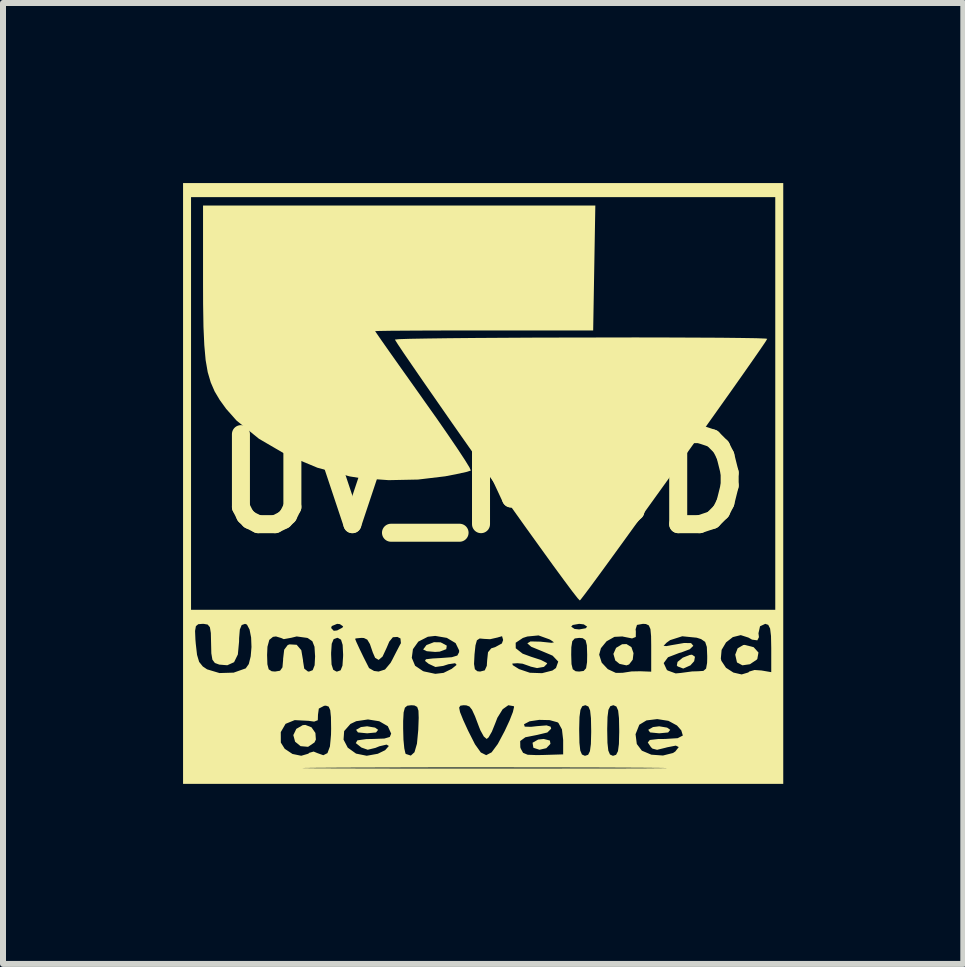
<source format=kicad_pcb>
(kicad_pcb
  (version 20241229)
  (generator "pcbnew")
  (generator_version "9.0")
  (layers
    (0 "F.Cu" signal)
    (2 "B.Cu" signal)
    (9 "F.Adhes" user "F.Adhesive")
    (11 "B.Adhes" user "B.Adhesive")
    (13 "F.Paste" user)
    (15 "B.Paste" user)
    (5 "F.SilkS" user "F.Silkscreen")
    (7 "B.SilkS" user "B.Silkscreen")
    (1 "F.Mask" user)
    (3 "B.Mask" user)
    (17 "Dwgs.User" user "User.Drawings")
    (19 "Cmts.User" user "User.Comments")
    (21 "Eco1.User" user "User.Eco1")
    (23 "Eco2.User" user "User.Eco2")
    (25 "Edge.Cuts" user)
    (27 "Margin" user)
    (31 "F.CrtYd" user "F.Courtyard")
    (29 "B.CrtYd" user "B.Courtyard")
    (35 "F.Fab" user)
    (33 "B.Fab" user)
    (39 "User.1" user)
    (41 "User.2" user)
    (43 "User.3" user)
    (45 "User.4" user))
  (footprint "UV_MOD"
    (layer "F.Cu")
    (at 5 5.005)
    (property "Reference" "UV_MOD" (at 0 0 0) (layer "F.SilkS") (effects (font (size 1.5 1.5) (thickness 0.3))))
    (attr board_only exclude_from_pos_files exclude_from_bom)
    (fp_poly (pts (xy -1.801 4.068) (xy -1.75 4.105) (xy -1.785 4.149) (xy -1.933 4.163) (xy -2.086 4.148) (xy -2.117 4.105) (xy -2.036 4.059) (xy -1.933 4.046)) (stroke (width 0) (type solid)) (fill yes) (layer "F.SilkS"))
    (fp_poly (pts (xy 3.065 4.068) (xy 3.117 4.105) (xy 3.082 4.149) (xy 2.933 4.163) (xy 2.781 4.148) (xy 2.75 4.105) (xy 2.83 4.059) (xy 2.933 4.046)) (stroke (width 0) (type solid)) (fill yes) (layer "F.SilkS"))
    (fp_poly (pts (xy 1.112 4.283) (xy 1.121 4.338) (xy 1.052 4.411) (xy 0.938 4.437) (xy 0.84 4.405) (xy 0.836 4.4) (xy 0.823 4.32) (xy 0.916 4.267) (xy 1.009 4.257)) (stroke (width 0) (type solid)) (fill yes) (layer "F.SilkS"))
    (fp_poly (pts (xy -0.708 2.647) (xy -0.606 2.702) (xy -0.615 2.761) (xy -0.724 2.802) (xy -0.8 2.807) (xy -0.94 2.795) (xy -1 2.766) (xy -1 2.766) (xy -0.944 2.692) (xy -0.82 2.645)) (stroke (width 0) (type solid)) (fill yes) (layer "F.SilkS"))
    (fp_poly (pts (xy 3.529 2.887) (xy 3.516 2.961) (xy 3.453 3.031) (xy 3.334 3.084) (xy 3.242 3.049) (xy 3.227 3.033) (xy 3.239 2.973) (xy 3.325 2.903) (xy 3.44 2.858) (xy 3.479 2.853)) (stroke (width 0) (type solid)) (fill yes) (layer "F.SilkS"))
    (fp_poly (pts (xy -2.86 4.063) (xy -2.795 4.157) (xy -2.787 4.267) (xy -2.81 4.315) (xy -2.917 4.388) (xy -3.042 4.377) (xy -3.133 4.303) (xy -3.163 4.193) (xy -3.113 4.089) (xy -3.006 4.027) (xy -2.962 4.023)) (stroke (width 0) (type solid)) (fill yes) (layer "F.SilkS"))
    (fp_poly (pts (xy 2.47 2.727) (xy 2.505 2.827) (xy 2.492 2.936) (xy 2.432 3.015) (xy 2.388 3.031) (xy 2.272 3.006) (xy 2.202 2.95) (xy 2.17 2.84) (xy 2.215 2.739) (xy 2.315 2.679) (xy 2.388 2.676)) (stroke (width 0) (type solid)) (fill yes) (layer "F.SilkS"))
    (fp_poly (pts (xy 4.507 2.728) (xy 4.587 2.817) (xy 4.568 2.924) (xy 4.559 2.935) (xy 4.445 3.012) (xy 4.32 3.03) (xy 4.232 2.984) (xy 4.228 2.977) (xy 4.2 2.853) (xy 4.24 2.747) (xy 4.333 2.692) (xy 4.359 2.69)) (stroke (width 0) (type solid)) (fill yes) (layer "F.SilkS"))
    (fp_poly (pts (xy 1.851 -3.59) (xy 1.833 -2.549) (xy 0.017 -2.549) (xy -0.46 -2.549) (xy -0.89 -2.548) (xy -1.256 -2.546) (xy -1.541 -2.544) (xy -1.728 -2.541) (xy -1.8 -2.538) (xy -1.8 -2.538) (xy -1.771 -2.495) (xy -1.691 -2.379) (xy -1.566 -2.201) (xy -1.404 -1.972) (xy -1.213 -1.703) (xy -1.001 -1.404) (xy -0.986 -1.382) (xy -0.773 -1.082) (xy -0.584 -0.809) (xy -0.425 -0.575) (xy -0.304 -0.391) (xy -0.228 -0.267) (xy -0.205 -0.215) (xy -0.205 -0.215) (xy -0.283 -0.191) (xy -0.451 -0.154) (xy -0.633 -0.119) (xy -1.085 -0.065) (xy -1.575 -0.055) (xy -2.04 -0.088) (xy -2.221 -0.117) (xy -2.761 -0.262) (xy -3.275 -0.476) (xy -3.735 -0.744) (xy -4.11 -1.049) (xy -4.282 -1.243) (xy -4.389 -1.391) (xy -4.474 -1.534) (xy -4.539 -1.684) (xy -4.589 -1.854) (xy -4.624 -2.056) (xy -4.646 -2.304) (xy -4.66 -2.61) (xy -4.666 -2.987) (xy -4.667 -3.331) (xy -4.667 -4.631) (xy -1.399 -4.631) (xy 1.869 -4.631)) (stroke (width 0) (type solid)) (fill yes) (layer "F.SilkS"))
    (fp_poly (pts (xy 3.058 -2.432) (xy 3.535 -2.43) (xy 3.954 -2.428) (xy 4.299 -2.424) (xy 4.553 -2.42) (xy 4.701 -2.414) (xy 4.733 -2.41) (xy 4.704 -2.361) (xy 4.622 -2.24) (xy 4.493 -2.054) (xy 4.325 -1.814) (xy 4.124 -1.529) (xy 3.896 -1.208) (xy 3.65 -0.862) (xy 3.391 -0.499) (xy 3.126 -0.129) (xy 2.862 0.238) (xy 2.607 0.593) (xy 2.366 0.927) (xy 2.147 1.229) (xy 1.956 1.491) (xy 1.801 1.702) (xy 1.687 1.854) (xy 1.623 1.937) (xy 1.61 1.949) (xy 1.573 1.91) (xy 1.483 1.795) (xy 1.346 1.611) (xy 1.167 1.367) (xy 0.952 1.069) (xy 0.706 0.727) (xy 0.436 0.348) (xy 0.147 -0.061) (xy 0.047 -0.203) (xy -0.247 -0.621) (xy -0.522 -1.013) (xy -0.772 -1.373) (xy -0.993 -1.691) (xy -1.178 -1.96) (xy -1.323 -2.171) (xy -1.421 -2.318) (xy -1.467 -2.391) (xy -1.47 -2.397) (xy -1.405 -2.404) (xy -1.223 -2.41) (xy -0.94 -2.415) (xy -0.572 -2.42) (xy -0.134 -2.424) (xy 0.358 -2.427) (xy 0.887 -2.43) (xy 1.437 -2.431) (xy 1.993 -2.432) (xy 2.539 -2.433)) (stroke (width 0) (type solid)) (fill yes) (layer "F.SilkS"))
    (fp_poly (pts (xy 5 0) (xy 5 5.005) (xy 0 5.005) (xy -5 5.005) (xy -5 4.742) (xy -3.024 4.742) (xy -2.968 4.743) (xy -2.797 4.745) (xy -2.515 4.746) (xy -2.126 4.747) (xy -1.635 4.748) (xy -1.046 4.749) (xy -0.365 4.749) (xy 0.033 4.749) (xy 0.761 4.749) (xy 1.398 4.748) (xy 1.938 4.748) (xy 2.379 4.747) (xy 2.714 4.746) (xy 2.941 4.744) (xy 3.054 4.743) (xy 3.05 4.741) (xy 2.923 4.739) (xy 2.67 4.737) (xy 2.478 4.736) (xy 1.766 4.733) (xy 0.967 4.732) (xy 0.121 4.731) (xy -0.729 4.731) (xy -1.541 4.733) (xy -2.273 4.735) (xy -2.455 4.736) (xy -2.772 4.738) (xy -2.96 4.74) (xy -3.024 4.742) (xy -5 4.742) (xy -5 4.143) (xy -3.372 4.143) (xy -3.371 4.317) (xy -3.306 4.421) (xy -3.177 4.507) (xy -3.031 4.537) (xy -2.914 4.503) (xy -2.898 4.488) (xy -2.824 4.467) (xy -2.764 4.492) (xy -2.663 4.528) (xy -2.594 4.493) (xy -2.553 4.382) (xy -2.542 4.268) (xy -2.326 4.268) (xy -2.256 4.402) (xy -2.118 4.501) (xy -1.94 4.537) (xy -1.756 4.504) (xy -1.633 4.444) (xy -1.571 4.374) (xy -1.609 4.351) (xy -1.729 4.379) (xy -1.795 4.406) (xy -1.923 4.437) (xy -2.028 4.4) (xy -2.122 4.326) (xy -2.095 4.28) (xy -1.945 4.259) (xy -1.833 4.257) (xy -1.645 4.25) (xy -1.556 4.224) (xy -1.533 4.169) (xy -1.533 4.167) (xy -1.57 4.085) (xy -1.333 4.085) (xy -1.328 4.268) (xy -1.314 4.413) (xy -1.295 4.497) (xy -1.288 4.507) (xy -1.205 4.534) (xy -1.144 4.478) (xy -1.103 4.336) (xy -1.081 4.105) (xy -1.081 4.101) (xy -1.074 3.906) (xy -1.078 3.786) (xy -1.095 3.735) (xy -0.4 3.735) (xy -0.385 3.81) (xy -0.332 3.942) (xy -0.251 4.119) (xy -0.136 4.346) (xy -0.039 4.482) (xy 0.051 4.527) (xy 0.141 4.48) (xy 0.243 4.342) (xy 0.27 4.292) (xy 0.617 4.292) (xy 0.619 4.396) (xy 0.628 4.421) (xy 0.665 4.488) (xy 0.741 4.52) (xy 0.893 4.526) (xy 1.001 4.524) (xy 1.333 4.514) (xy 1.333 4.274) (xy 1.315 4.116) (xy 1.6 4.116) (xy 1.604 4.322) (xy 1.618 4.45) (xy 1.646 4.516) (xy 1.693 4.537) (xy 1.7 4.537) (xy 1.749 4.521) (xy 1.779 4.461) (xy 1.795 4.342) (xy 1.8 4.147) (xy 1.8 4.116) (xy 2.067 4.116) (xy 2.071 4.322) (xy 2.085 4.45) (xy 2.113 4.516) (xy 2.159 4.537) (xy 2.167 4.537) (xy 2.215 4.521) (xy 2.246 4.461) (xy 2.262 4.342) (xy 2.266 4.178) (xy 2.539 4.178) (xy 2.56 4.341) (xy 2.644 4.452) (xy 2.802 4.519) (xy 2.996 4.533) (xy 3.163 4.491) (xy 3.201 4.466) (xy 3.259 4.392) (xy 3.21 4.368) (xy 3.066 4.396) (xy 3.037 4.404) (xy 2.898 4.438) (xy 2.821 4.418) (xy 2.796 4.394) (xy 2.743 4.316) (xy 2.777 4.274) (xy 2.916 4.258) (xy 3.033 4.257) (xy 3.241 4.244) (xy 3.327 4.2) (xy 3.301 4.114) (xy 3.23 4.033) (xy 3.087 3.955) (xy 2.9 3.926) (xy 2.721 3.948) (xy 2.602 4.02) (xy 2.539 4.178) (xy 2.266 4.178) (xy 2.267 4.147) (xy 2.267 4.116) (xy 2.263 3.911) (xy 2.249 3.783) (xy 2.22 3.717) (xy 2.174 3.696) (xy 2.167 3.695) (xy 2.118 3.712) (xy 2.087 3.772) (xy 2.072 3.891) (xy 2.067 4.086) (xy 2.067 4.116) (xy 1.8 4.116) (xy 1.796 3.911) (xy 1.782 3.783) (xy 1.754 3.717) (xy 1.707 3.696) (xy 1.7 3.695) (xy 1.651 3.712) (xy 1.621 3.772) (xy 1.605 3.891) (xy 1.6 4.086) (xy 1.6 4.116) (xy 1.315 4.116) (xy 1.313 4.098) (xy 1.254 3.99) (xy 1.238 3.979) (xy 1.107 3.943) (xy 0.934 3.939) (xy 0.774 3.963) (xy 0.684 4.01) (xy 0.681 4.014) (xy 0.693 4.052) (xy 0.797 4.055) (xy 0.893 4.044) (xy 1.056 4.031) (xy 1.124 4.052) (xy 1.133 4.086) (xy 1.07 4.149) (xy 0.899 4.19) (xy 0.703 4.229) (xy 0.617 4.292) (xy 0.27 4.292) (xy 0.358 4.126) (xy 0.44 3.95) (xy 0.495 3.809) (xy 0.515 3.724) (xy 0.511 3.711) (xy 0.419 3.695) (xy 0.325 3.762) (xy 0.237 3.904) (xy 0.202 3.995) (xy 0.145 4.136) (xy 0.09 4.231) (xy 0.059 4.257) (xy 0.011 4.216) (xy -0.046 4.113) (xy -0.068 4.058) (xy -0.136 3.878) (xy -0.186 3.77) (xy -0.229 3.716) (xy -0.281 3.697) (xy -0.328 3.695) (xy -0.38 3.703) (xy -0.4 3.735) (xy -1.095 3.735) (xy -1.1 3.723) (xy -1.144 3.699) (xy -1.197 3.695) (xy -1.264 3.703) (xy -1.304 3.736) (xy -1.325 3.815) (xy -1.333 3.957) (xy -1.333 4.085) (xy -1.57 4.085) (xy -1.589 4.044) (xy -1.731 3.962) (xy -1.919 3.932) (xy -2.115 3.961) (xy -2.211 4.007) (xy -2.316 4.126) (xy -2.326 4.268) (xy -2.542 4.268) (xy -2.535 4.187) (xy -2.533 4.087) (xy -2.536 3.893) (xy -2.548 3.776) (xy -2.574 3.718) (xy -2.62 3.702) (xy -2.65 3.705) (xy -2.738 3.751) (xy -2.752 3.853) (xy -2.755 3.945) (xy -2.816 3.968) (xy -2.908 3.955) (xy -3.14 3.943) (xy -3.292 4.005) (xy -3.372 4.143) (xy -5 4.143) (xy -5 2.457) (xy -4.8 2.457) (xy -4.794 2.601) (xy -4.788 2.672) (xy -4.767 2.856) (xy -4.732 2.973) (xy -4.671 3.049) (xy -4.6 3.097) (xy -4.393 3.159) (xy -4.157 3.152) (xy -3.956 3.081) (xy -3.905 3.009) (xy -3.873 2.881) (xy -3.871 2.858) (xy -3.6 2.858) (xy -3.595 3.013) (xy -3.573 3.097) (xy -3.523 3.129) (xy -3.467 3.134) (xy -3.384 3.12) (xy -3.344 3.064) (xy -3.333 2.94) (xy -3.333 2.922) (xy -3.315 2.77) (xy -3.257 2.693) (xy -3.227 2.681) (xy -3.107 2.688) (xy -3.03 2.778) (xy -3.001 2.947) (xy -3.001 2.959) (xy -2.981 3.085) (xy -2.919 3.133) (xy -2.9 3.134) (xy -2.84 3.111) (xy -2.808 3.029) (xy -2.8 2.878) (xy -2.802 2.853) (xy -2.533 2.853) (xy -2.526 3.016) (xy -2.498 3.104) (xy -2.445 3.134) (xy -2.433 3.134) (xy -2.375 3.113) (xy -2.344 3.036) (xy -2.334 2.887) (xy -2.333 2.853) (xy -2.341 2.69) (xy -2.368 2.603) (xy -2.391 2.59) (xy -2.133 2.59) (xy -2.113 2.64) (xy -2.062 2.751) (xy -1.992 2.896) (xy -1.916 3.046) (xy -1.901 3.076) (xy -1.818 3.124) (xy -1.742 3.134) (xy -1.635 3.1) (xy -1.543 2.99) (xy -1.513 2.935) (xy -1.498 2.905) (xy -1.189 2.905) (xy -1.134 3.037) (xy -1.001 3.127) (xy -0.981 3.133) (xy -0.797 3.172) (xy -0.66 3.156) (xy -0.524 3.089) (xy -0.442 3.023) (xy -0.455 3.008) (xy -0.152 3.008) (xy -0.138 3.095) (xy -0.096 3.129) (xy -0.05 3.134) (xy 0.027 3.114) (xy 0.061 3.038) (xy 0.063 3.001) (xy 0.485 3.001) (xy 0.494 3.028) (xy 0.598 3.093) (xy 0.778 3.154) (xy 0.981 3.161) (xy 1.154 3.117) (xy 1.213 3.075) (xy 1.251 2.968) (xy 1.158 2.87) (xy 1.12 2.853) (xy 1.467 2.853) (xy 1.472 3.01) (xy 1.493 3.095) (xy 1.541 3.129) (xy 1.6 3.134) (xy 1.674 3.124) (xy 1.715 3.079) (xy 1.731 2.978) (xy 1.733 2.853) (xy 1.933 2.853) (xy 1.975 2.985) (xy 2.077 3.094) (xy 2.21 3.156) (xy 2.322 3.155) (xy 2.472 3.132) (xy 2.617 3.129) (xy 2.8 3.136) (xy 2.8 2.737) (xy 2.8 2.705) (xy 3.006 2.705) (xy 3.053 2.71) (xy 3.133 2.695) (xy 3.348 2.658) (xy 3.464 2.66) (xy 3.5 2.702) (xy 3.5 2.707) (xy 3.443 2.762) (xy 3.302 2.815) (xy 3.267 2.824) (xy 3.08 2.896) (xy 3.008 2.993) (xy 3.059 3.103) (xy 3.073 3.116) (xy 3.208 3.165) (xy 3.295 3.157) (xy 3.481 3.132) (xy 3.583 3.129) (xy 3.669 3.123) (xy 3.714 3.085) (xy 3.731 2.991) (xy 3.733 2.917) (xy 3.96 2.917) (xy 3.969 2.955) (xy 4.046 3.071) (xy 4.17 3.151) (xy 4.307 3.182) (xy 4.418 3.149) (xy 4.433 3.134) (xy 4.522 3.108) (xy 4.637 3.116) (xy 4.8 3.144) (xy 4.8 2.742) (xy 4.796 2.541) (xy 4.781 2.418) (xy 4.75 2.356) (xy 4.701 2.339) (xy 4.7 2.339) (xy 4.613 2.38) (xy 4.587 2.496) (xy 4.595 2.561) (xy 4.568 2.614) (xy 4.48 2.602) (xy 4.42 2.568) (xy 4.292 2.527) (xy 4.16 2.56) (xy 4.047 2.648) (xy 3.973 2.773) (xy 3.96 2.917) (xy 3.733 2.917) (xy 3.733 2.875) (xy 3.727 2.724) (xy 3.699 2.64) (xy 3.631 2.593) (xy 3.558 2.57) (xy 3.317 2.546) (xy 3.116 2.61) (xy 3.056 2.653) (xy 3.006 2.705) (xy 2.8 2.705) (xy 2.798 2.544) (xy 2.787 2.426) (xy 2.76 2.365) (xy 2.712 2.342) (xy 2.662 2.339) (xy 2.563 2.357) (xy 2.54 2.43) (xy 2.544 2.467) (xy 2.543 2.558) (xy 2.481 2.582) (xy 2.331 2.552) (xy 2.322 2.549) (xy 2.187 2.556) (xy 2.056 2.63) (xy 1.962 2.745) (xy 1.933 2.853) (xy 1.733 2.853) (xy 1.728 2.697) (xy 1.707 2.612) (xy 1.659 2.578) (xy 1.6 2.573) (xy 1.526 2.583) (xy 1.485 2.628) (xy 1.469 2.729) (xy 1.467 2.853) (xy 1.12 2.853) (xy 0.982 2.795) (xy 0.801 2.721) (xy 0.736 2.664) (xy 0.789 2.632) (xy 0.959 2.636) (xy 0.983 2.639) (xy 1.139 2.655) (xy 1.18 2.647) (xy 1.126 2.609) (xy 1.104 2.597) (xy 0.923 2.532) (xy 0.736 2.55) (xy 0.662 2.574) (xy 0.542 2.654) (xy 0.543 2.746) (xy 0.658 2.836) (xy 0.8 2.888) (xy 0.963 2.941) (xy 1.057 2.989) (xy 1.067 3.002) (xy 1.013 3.056) (xy 0.898 3.076) (xy 0.789 3.051) (xy 0.782 3.047) (xy 0.656 3.003) (xy 0.57 2.995) (xy 0.485 3.001) (xy 0.063 3.001) (xy 0.067 2.943) (xy 0.081 2.812) (xy 0.135 2.747) (xy 0.2 2.727) (xy 0.312 2.666) (xy 0.333 2.608) (xy 0.315 2.545) (xy 0.248 2.564) (xy 0.247 2.565) (xy 0.116 2.595) (xy 0.019 2.59) (xy -0.058 2.583) (xy -0.104 2.613) (xy -0.128 2.698) (xy -0.144 2.849) (xy -0.152 3.008) (xy -0.455 3.008) (xy -0.467 2.995) (xy -0.579 3.012) (xy -0.666 3.04) (xy -0.795 3.058) (xy -0.908 3.005) (xy -0.969 2.956) (xy -0.953 2.929) (xy -0.839 2.916) (xy -0.713 2.909) (xy -0.522 2.895) (xy -0.43 2.867) (xy -0.401 2.811) (xy -0.4 2.782) (xy -0.459 2.66) (xy -0.605 2.573) (xy -0.798 2.54) (xy -0.921 2.554) (xy -1.08 2.635) (xy -1.17 2.761) (xy -1.189 2.905) (xy -1.498 2.905) (xy -1.442 2.796) (xy -1.384 2.685) (xy -1.37 2.661) (xy -1.378 2.582) (xy -1.429 2.557) (xy -1.504 2.562) (xy -1.564 2.635) (xy -1.608 2.738) (xy -1.676 2.884) (xy -1.741 2.94) (xy -1.8 2.905) (xy -1.838 2.818) (xy -1.887 2.675) (xy -1.931 2.602) (xy -1.987 2.575) (xy -2.031 2.573) (xy -2.122 2.582) (xy -2.133 2.59) (xy -2.391 2.59) (xy -2.421 2.573) (xy -2.433 2.573) (xy -2.491 2.594) (xy -2.523 2.671) (xy -2.533 2.82) (xy -2.533 2.853) (xy -2.802 2.853) (xy -2.81 2.721) (xy -2.846 2.629) (xy -2.921 2.577) (xy -2.933 2.573) (xy -3.107 2.549) (xy -3.196 2.571) (xy -3.322 2.594) (xy -3.365 2.575) (xy -3.452 2.549) (xy -3.502 2.556) (xy -3.563 2.606) (xy -3.594 2.721) (xy -3.6 2.858) (xy -3.871 2.858) (xy -3.86 2.725) (xy -3.866 2.567) (xy -3.892 2.434) (xy -3.906 2.408) (xy -2.533 2.408) (xy -2.489 2.455) (xy -2.433 2.449) (xy -2.345 2.403) (xy -2.336 2.386) (xy 1.467 2.386) (xy 1.523 2.424) (xy 1.6 2.432) (xy 1.708 2.413) (xy 1.733 2.386) (xy 1.677 2.348) (xy 1.6 2.339) (xy 1.492 2.358) (xy 1.467 2.386) (xy -2.336 2.386) (xy -2.333 2.381) (xy -2.387 2.344) (xy -2.433 2.339) (xy -2.522 2.376) (xy -2.533 2.408) (xy -3.906 2.408) (xy -3.935 2.352) (xy -3.967 2.339) (xy -4.023 2.359) (xy -4.054 2.433) (xy -4.066 2.577) (xy -4.067 2.637) (xy -4.087 2.849) (xy -4.15 2.978) (xy -4.263 3.029) (xy -4.397 3.018) (xy -4.47 2.991) (xy -4.511 2.936) (xy -4.529 2.831) (xy -4.533 2.663) (xy -4.537 2.492) (xy -4.553 2.395) (xy -4.59 2.351) (xy -4.657 2.339) (xy -4.674 2.339) (xy -4.747 2.345) (xy -4.786 2.378) (xy -4.8 2.457) (xy -5 2.457) (xy -5 0) (xy -5 -1.333) (xy -4.867 -1.333) (xy -4.867 2.105) (xy 0 2.105) (xy 4.867 2.105) (xy 4.867 -1.333) (xy 4.867 -4.771) (xy 0 -4.771) (xy -4.867 -4.771) (xy -4.867 -1.333) (xy -5 -1.333) (xy -5 -5.005) (xy 0 -5.005) (xy 5 -5.005)) (stroke (width 0) (type solid)) (fill yes) (layer "F.SilkS")))
  (gr_rect
    (start -3 -3)
    (end 13 13.01)
    (stroke (width 0.1) (type default))
    (fill no)
    (layer "Edge.Cuts")))
</source>
